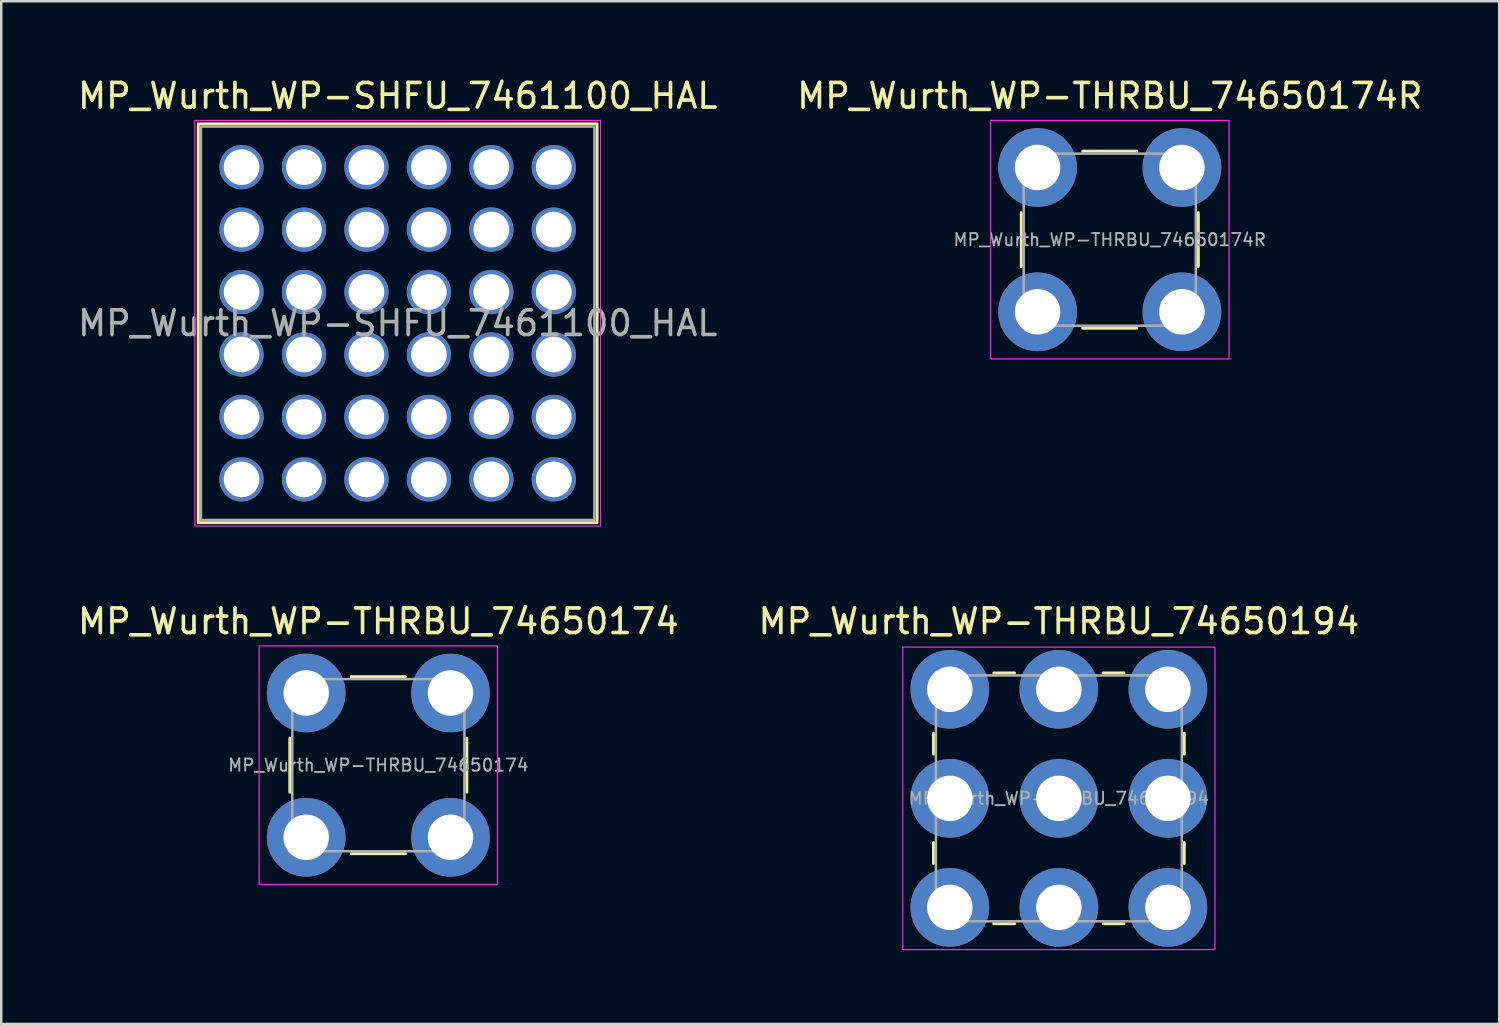
<source format=kicad_pcb>
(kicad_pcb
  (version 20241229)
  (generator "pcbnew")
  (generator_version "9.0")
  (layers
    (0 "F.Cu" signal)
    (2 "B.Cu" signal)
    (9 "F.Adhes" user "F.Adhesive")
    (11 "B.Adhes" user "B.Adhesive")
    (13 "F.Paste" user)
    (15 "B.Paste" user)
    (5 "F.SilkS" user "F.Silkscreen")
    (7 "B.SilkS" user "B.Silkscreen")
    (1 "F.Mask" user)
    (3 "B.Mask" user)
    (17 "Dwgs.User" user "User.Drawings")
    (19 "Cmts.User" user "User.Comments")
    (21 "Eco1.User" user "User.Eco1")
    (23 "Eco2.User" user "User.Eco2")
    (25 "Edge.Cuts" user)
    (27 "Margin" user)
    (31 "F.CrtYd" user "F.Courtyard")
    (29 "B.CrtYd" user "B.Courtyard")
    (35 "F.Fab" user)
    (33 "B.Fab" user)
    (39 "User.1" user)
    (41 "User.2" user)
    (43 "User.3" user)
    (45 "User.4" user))
  (footprint "MP_Wurth_WP-THRBU_74650174R"
    (layer "F.Cu")
    (at 42.089 6.698)
    (property "Reference" "MP_Wurth_WP-THRBU_74650174R" (at 0 -5.85 0) (unlocked yes) (layer "F.SilkS") (effects (font (size 1 1) (thickness 0.15))))
    (attr through_hole)
    (fp_line (start -3.6 1.1) (end -3.6 -1.1) (stroke (width 0.12) (type solid)) (layer "F.SilkS"))
    (fp_line (start -1.1 -3.6) (end 1.1 -3.6) (stroke (width 0.12) (type solid)) (layer "F.SilkS"))
    (fp_line (start -1.1 3.6) (end 1.1 3.6) (stroke (width 0.12) (type solid)) (layer "F.SilkS"))
    (fp_line (start 3.6 -1.1) (end 3.6 1.1) (stroke (width 0.12) (type solid)) (layer "F.SilkS"))
    (fp_circle (center -2.935 -2.935) (end -2.185 -2.935) (stroke (width 1.6) (type solid)) (fill no) (layer "F.Paste"))
    (fp_circle (center -2.935 2.935) (end -2.185 2.935) (stroke (width 1.6) (type solid)) (fill no) (layer "F.Paste"))
    (fp_circle (center 2.935 -2.935) (end 3.685 -2.935) (stroke (width 1.6) (type solid)) (fill no) (layer "F.Paste"))
    (fp_circle (center 2.935 2.935) (end 3.685 2.935) (stroke (width 1.6) (type solid)) (fill no) (layer "F.Paste"))
    (fp_rect (start -4.85 -4.85) (end 4.85 4.85) (stroke (width 0.05) (type solid)) (fill no) (layer "F.CrtYd"))
    (fp_line (start -3.5 -3.5) (end 3.5 -3.5) (stroke (width 0.1) (type solid)) (layer "F.Fab"))
    (fp_line (start -3.5 3.5) (end -3.5 -3.5) (stroke (width 0.1) (type solid)) (layer "F.Fab"))
    (fp_line (start 3.5 -3.5) (end 3.5 3.5) (stroke (width 0.1) (type solid)) (layer "F.Fab"))
    (fp_line (start 3.5 3.5) (end -3.5 3.5) (stroke (width 0.1) (type solid)) (layer "F.Fab"))
    (fp_text user "${REFERENCE}" (at 0 0 0) (unlocked yes) (layer "F.Fab") (effects (font (size 0.5 0.5) (thickness 0.075))))
    (pad "1" thru_hole circle (at -2.935 -2.935) (size 3.2 3.2) (drill 1.85) (layers "*.Cu" "*.Mask"))
    (pad "1" thru_hole circle (at -2.935 2.935) (size 3.2 3.2) (drill 1.85) (layers "*.Cu" "*.Mask"))
    (pad "1" thru_hole circle (at 2.935 -2.935) (size 3.2 3.2) (drill 1.85) (layers "*.Cu" "*.Mask"))
    (pad "1" thru_hole circle (at 2.935 2.935) (size 3.2 3.2) (drill 1.85) (layers "*.Cu" "*.Mask")))
  (footprint "MP_Wurth_WP-THRBU_74650194"
    (layer "F.Cu")
    (at 40.018 29.422)
    (property "Reference" "MP_Wurth_WP-THRBU_74650194" (at 0 -7.2 0) (unlocked yes) (layer "F.SilkS") (effects (font (size 1 1) (thickness 0.15))))
    (attr through_hole)
    (fp_line (start -5.1 -1.8) (end -5.1 -2.65) (stroke (width 0.12) (type solid)) (layer "F.SilkS"))
    (fp_line (start -5.1 2.65) (end -5.1 1.8) (stroke (width 0.12) (type solid)) (layer "F.SilkS"))
    (fp_line (start -2.65 -5.1) (end -1.8 -5.1) (stroke (width 0.12) (type solid)) (layer "F.SilkS"))
    (fp_line (start -1.8 5.1) (end -2.65 5.1) (stroke (width 0.12) (type solid)) (layer "F.SilkS"))
    (fp_line (start 1.8 -5.1) (end 2.65 -5.1) (stroke (width 0.12) (type solid)) (layer "F.SilkS"))
    (fp_line (start 2.65 5.1) (end 1.8 5.1) (stroke (width 0.12) (type solid)) (layer "F.SilkS"))
    (fp_line (start 5.1 -2.65) (end 5.1 -1.8) (stroke (width 0.12) (type solid)) (layer "F.SilkS"))
    (fp_line (start 5.1 1.8) (end 5.1 2.65) (stroke (width 0.12) (type solid)) (layer "F.SilkS"))
    (fp_circle (center -4.435 -4.435) (end -3.685 -4.435) (stroke (width 1.6) (type solid)) (fill no) (layer "F.Paste"))
    (fp_circle (center -4.435 0) (end -3.685 0) (stroke (width 1.6) (type solid)) (fill no) (layer "F.Paste"))
    (fp_circle (center -4.435 4.435) (end -3.685 4.435) (stroke (width 1.6) (type solid)) (fill no) (layer "F.Paste"))
    (fp_circle (center 0 -4.435) (end 0.75 -4.435) (stroke (width 1.6) (type solid)) (fill no) (layer "F.Paste"))
    (fp_circle (center 0 0) (end 0.75 0) (stroke (width 1.6) (type solid)) (fill no) (layer "F.Paste"))
    (fp_circle (center 0 4.435) (end 0.75 4.435) (stroke (width 1.6) (type solid)) (fill no) (layer "F.Paste"))
    (fp_circle (center 4.435 -4.435) (end 5.185 -4.435) (stroke (width 1.6) (type solid)) (fill no) (layer "F.Paste"))
    (fp_circle (center 4.435 0) (end 5.185 0) (stroke (width 1.6) (type solid)) (fill no) (layer "F.Paste"))
    (fp_circle (center 4.435 4.435) (end 5.185 4.435) (stroke (width 1.6) (type solid)) (fill no) (layer "F.Paste"))
    (fp_rect (start -6.35 -6.15) (end 6.35 6.15) (stroke (width 0.05) (type solid)) (fill no) (layer "F.CrtYd"))
    (fp_line (start -5 -5) (end 5 -5) (stroke (width 0.1) (type solid)) (layer "F.Fab"))
    (fp_line (start -5 5) (end -5 -5) (stroke (width 0.1) (type solid)) (layer "F.Fab"))
    (fp_line (start 5 -5) (end 5 5) (stroke (width 0.1) (type solid)) (layer "F.Fab"))
    (fp_line (start 5 5) (end -5 5) (stroke (width 0.1) (type solid)) (layer "F.Fab"))
    (fp_text user "${REFERENCE}" (at 0 0 0) (unlocked yes) (layer "F.Fab") (effects (font (size 0.5 0.5) (thickness 0.075))))
    (pad "1" thru_hole circle (at -4.435 -4.435) (size 3.2 3.2) (drill 1.85) (layers "*.Cu" "*.Mask"))
    (pad "1" thru_hole circle (at -4.435 0) (size 3.2 3.2) (drill 1.85) (layers "*.Cu" "*.Mask"))
    (pad "1" thru_hole circle (at -4.435 4.435) (size 3.2 3.2) (drill 1.85) (layers "*.Cu" "*.Mask"))
    (pad "1" thru_hole circle (at 0 -4.435) (size 3.2 3.2) (drill 1.85) (layers "*.Cu" "*.Mask"))
    (pad "1" thru_hole circle (at 0 0) (size 3.2 3.2) (drill 1.85) (layers "*.Cu" "*.Mask"))
    (pad "1" thru_hole circle (at 0 4.435) (size 3.2 3.2) (drill 1.85) (layers "*.Cu" "*.Mask"))
    (pad "1" thru_hole circle (at 4.435 -4.435) (size 3.2 3.2) (drill 1.85) (layers "*.Cu" "*.Mask"))
    (pad "1" thru_hole circle (at 4.435 0) (size 3.2 3.2) (drill 1.85) (layers "*.Cu" "*.Mask"))
    (pad "1" thru_hole circle (at 4.435 4.435) (size 3.2 3.2) (drill 1.85) (layers "*.Cu" "*.Mask")))
  (footprint "MP_Wurth_WP-THRBU_74650174"
    (layer "F.Cu")
    (at 12.339 28.072)
    (property "Reference" "MP_Wurth_WP-THRBU_74650174" (at 0 -5.85 0) (unlocked yes) (layer "F.SilkS") (effects (font (size 1 1) (thickness 0.15))))
    (attr through_hole)
    (fp_line (start -3.6 1.1) (end -3.6 -1.1) (stroke (width 0.12) (type solid)) (layer "F.SilkS"))
    (fp_line (start -1.1 -3.6) (end 1.1 -3.6) (stroke (width 0.12) (type solid)) (layer "F.SilkS"))
    (fp_line (start -1.1 3.6) (end 1.1 3.6) (stroke (width 0.12) (type solid)) (layer "F.SilkS"))
    (fp_line (start 3.6 -1.1) (end 3.6 1.1) (stroke (width 0.12) (type solid)) (layer "F.SilkS"))
    (fp_circle (center -2.935 -2.935) (end -2.185 -2.935) (stroke (width 1.6) (type solid)) (fill no) (layer "F.Paste"))
    (fp_circle (center -2.935 2.935) (end -2.185 2.935) (stroke (width 1.6) (type solid)) (fill no) (layer "F.Paste"))
    (fp_circle (center 2.935 -2.935) (end 3.685 -2.935) (stroke (width 1.6) (type solid)) (fill no) (layer "F.Paste"))
    (fp_circle (center 2.935 2.935) (end 3.685 2.935) (stroke (width 1.6) (type solid)) (fill no) (layer "F.Paste"))
    (fp_rect (start -4.85 -4.85) (end 4.85 4.85) (stroke (width 0.05) (type solid)) (fill no) (layer "F.CrtYd"))
    (fp_line (start -3.5 -3.5) (end 3.5 -3.5) (stroke (width 0.1) (type solid)) (layer "F.Fab"))
    (fp_line (start -3.5 3.5) (end -3.5 -3.5) (stroke (width 0.1) (type solid)) (layer "F.Fab"))
    (fp_line (start 3.5 -3.5) (end 3.5 3.5) (stroke (width 0.1) (type solid)) (layer "F.Fab"))
    (fp_line (start 3.5 3.5) (end -3.5 3.5) (stroke (width 0.1) (type solid)) (layer "F.Fab"))
    (fp_text user "${REFERENCE}" (at 0 0 0) (unlocked yes) (layer "F.Fab") (effects (font (size 0.5 0.5) (thickness 0.075))))
    (pad "1" thru_hole circle (at -2.935 -2.935) (size 3.2 3.2) (drill 1.85) (layers "*.Cu" "*.Mask"))
    (pad "1" thru_hole circle (at -2.935 2.935) (size 3.2 3.2) (drill 1.85) (layers "*.Cu" "*.Mask"))
    (pad "1" thru_hole circle (at 2.935 -2.935) (size 3.2 3.2) (drill 1.85) (layers "*.Cu" "*.Mask"))
    (pad "1" thru_hole circle (at 2.935 2.935) (size 3.2 3.2) (drill 1.85) (layers "*.Cu" "*.Mask")))
  (footprint "MP_Wurth_WP-SHFU_7461100_HAL"
    (layer "F.Cu")
    (at 13.125 10.098)
    (property "Reference" "MP_Wurth_WP-SHFU_7461100_HAL" (at 0 -9.25 0) (unlocked yes) (layer "F.SilkS") (effects (font (size 1 1) (thickness 0.15))))
    (attr through_hole)
    (fp_rect (start -8.11 -8.11) (end 8.11 8.11) (stroke (width 0.12) (type solid)) (fill no) (layer "F.SilkS"))
    (fp_rect (start -8.25 -8.25) (end 8.25 8.25) (stroke (width 0.05) (type solid)) (fill no) (layer "F.CrtYd"))
    (fp_rect (start -8 -8) (end 8 8) (stroke (width 0.1) (type solid)) (fill no) (layer "F.Fab"))
    (fp_text user "${REFERENCE}" (at 0 0 0) (unlocked yes) (layer "F.Fab") (effects (font (size 1 1) (thickness 0.15))))
    (pad "1" thru_hole circle (at -6.35 -6.35) (size 1.8 1.8) (drill 1.45) (layers "*.Cu" "*.Mask"))
    (pad "1" thru_hole circle (at -6.35 -3.81) (size 1.8 1.8) (drill 1.45) (layers "*.Cu" "*.Mask"))
    (pad "1" thru_hole circle (at -6.35 -1.27) (size 1.8 1.8) (drill 1.45) (layers "*.Cu" "*.Mask"))
    (pad "1" thru_hole circle (at -6.35 1.27) (size 1.8 1.8) (drill 1.45) (layers "*.Cu" "*.Mask"))
    (pad "1" thru_hole circle (at -6.35 3.81) (size 1.8 1.8) (drill 1.45) (layers "*.Cu" "*.Mask"))
    (pad "1" thru_hole circle (at -6.35 6.35) (size 1.8 1.8) (drill 1.45) (layers "*.Cu" "*.Mask"))
    (pad "1" thru_hole circle (at -3.81 -6.35) (size 1.8 1.8) (drill 1.45) (layers "*.Cu" "*.Mask"))
    (pad "1" thru_hole circle (at -3.81 -3.81) (size 1.8 1.8) (drill 1.45) (layers "*.Cu" "*.Mask"))
    (pad "1" thru_hole circle (at -3.81 -1.27) (size 1.8 1.8) (drill 1.45) (layers "*.Cu" "*.Mask"))
    (pad "1" thru_hole circle (at -3.81 1.27) (size 1.8 1.8) (drill 1.45) (layers "*.Cu" "*.Mask"))
    (pad "1" thru_hole circle (at -3.81 3.81) (size 1.8 1.8) (drill 1.45) (layers "*.Cu" "*.Mask"))
    (pad "1" thru_hole circle (at -3.81 6.35) (size 1.8 1.8) (drill 1.45) (layers "*.Cu" "*.Mask"))
    (pad "1" thru_hole circle (at -1.27 -6.35) (size 1.8 1.8) (drill 1.45) (layers "*.Cu" "*.Mask"))
    (pad "1" thru_hole circle (at -1.27 -3.81) (size 1.8 1.8) (drill 1.45) (layers "*.Cu" "*.Mask"))
    (pad "1" thru_hole circle (at -1.27 -1.27) (size 1.8 1.8) (drill 1.45) (layers "*.Cu" "*.Mask"))
    (pad "1" thru_hole circle (at -1.27 1.27) (size 1.8 1.8) (drill 1.45) (layers "*.Cu" "*.Mask"))
    (pad "1" thru_hole circle (at -1.27 3.81) (size 1.8 1.8) (drill 1.45) (layers "*.Cu" "*.Mask"))
    (pad "1" thru_hole circle (at -1.27 6.35) (size 1.8 1.8) (drill 1.45) (layers "*.Cu" "*.Mask"))
    (pad "1" thru_hole circle (at 1.27 -6.35) (size 1.8 1.8) (drill 1.45) (layers "*.Cu" "*.Mask"))
    (pad "1" thru_hole circle (at 1.27 -3.81) (size 1.8 1.8) (drill 1.45) (layers "*.Cu" "*.Mask"))
    (pad "1" thru_hole circle (at 1.27 -1.27) (size 1.8 1.8) (drill 1.45) (layers "*.Cu" "*.Mask"))
    (pad "1" thru_hole circle (at 1.27 1.27) (size 1.8 1.8) (drill 1.45) (layers "*.Cu" "*.Mask"))
    (pad "1" thru_hole circle (at 1.27 3.81) (size 1.8 1.8) (drill 1.45) (layers "*.Cu" "*.Mask"))
    (pad "1" thru_hole circle (at 1.27 6.35) (size 1.8 1.8) (drill 1.45) (layers "*.Cu" "*.Mask"))
    (pad "1" thru_hole circle (at 3.81 -6.35) (size 1.8 1.8) (drill 1.45) (layers "*.Cu" "*.Mask"))
    (pad "1" thru_hole circle (at 3.81 -3.81) (size 1.8 1.8) (drill 1.45) (layers "*.Cu" "*.Mask"))
    (pad "1" thru_hole circle (at 3.81 -1.27) (size 1.8 1.8) (drill 1.45) (layers "*.Cu" "*.Mask"))
    (pad "1" thru_hole circle (at 3.81 1.27) (size 1.8 1.8) (drill 1.45) (layers "*.Cu" "*.Mask"))
    (pad "1" thru_hole circle (at 3.81 3.81) (size 1.8 1.8) (drill 1.45) (layers "*.Cu" "*.Mask"))
    (pad "1" thru_hole circle (at 3.81 6.35) (size 1.8 1.8) (drill 1.45) (layers "*.Cu" "*.Mask"))
    (pad "1" thru_hole circle (at 6.35 -6.35) (size 1.8 1.8) (drill 1.45) (layers "*.Cu" "*.Mask"))
    (pad "1" thru_hole circle (at 6.35 -3.81) (size 1.8 1.8) (drill 1.45) (layers "*.Cu" "*.Mask"))
    (pad "1" thru_hole circle (at 6.35 -1.27) (size 1.8 1.8) (drill 1.45) (layers "*.Cu" "*.Mask"))
    (pad "1" thru_hole circle (at 6.35 1.27) (size 1.8 1.8) (drill 1.45) (layers "*.Cu" "*.Mask"))
    (pad "1" thru_hole circle (at 6.35 3.81) (size 1.8 1.8) (drill 1.45) (layers "*.Cu" "*.Mask"))
    (pad "1" thru_hole circle (at 6.35 6.35) (size 1.8 1.8) (drill 1.45) (layers "*.Cu" "*.Mask")))
  (gr_rect
    (start -3 -3)
    (end 57.929 38.596)
    (stroke (width 0.1) (type default))
    (fill no)
    (layer "Edge.Cuts")))
</source>
